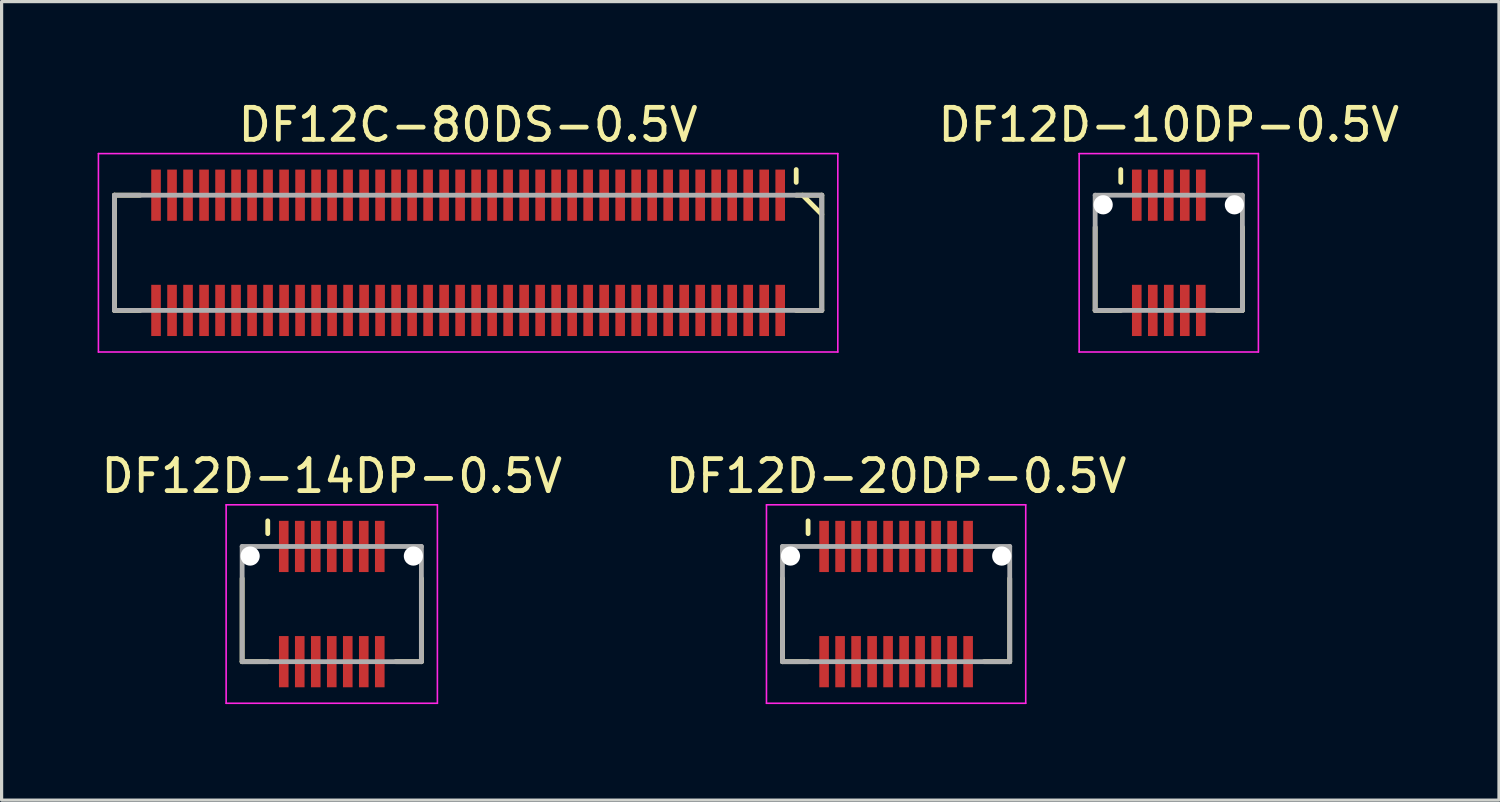
<source format=kicad_pcb>
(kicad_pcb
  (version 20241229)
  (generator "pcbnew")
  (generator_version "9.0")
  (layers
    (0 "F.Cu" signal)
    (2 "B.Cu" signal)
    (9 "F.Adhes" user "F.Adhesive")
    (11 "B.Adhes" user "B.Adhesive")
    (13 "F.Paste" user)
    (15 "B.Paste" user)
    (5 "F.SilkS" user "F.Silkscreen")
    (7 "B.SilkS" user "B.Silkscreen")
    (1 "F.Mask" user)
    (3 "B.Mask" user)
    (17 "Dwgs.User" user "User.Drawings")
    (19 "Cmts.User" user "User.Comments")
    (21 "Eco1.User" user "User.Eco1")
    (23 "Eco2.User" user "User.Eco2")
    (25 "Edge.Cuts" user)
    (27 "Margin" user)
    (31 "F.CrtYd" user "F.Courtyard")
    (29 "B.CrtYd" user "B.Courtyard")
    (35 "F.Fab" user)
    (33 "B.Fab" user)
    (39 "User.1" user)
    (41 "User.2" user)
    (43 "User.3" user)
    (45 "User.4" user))
  (footprint "DF12C-80DS-0.5V"
    (layer "F.Cu")
    (at 11.575 4.848)
    (property "Reference" "DF12C-80DS-0.5V" (at 0 -4 0) (layer "F.SilkS") (effects (font (size 1 1) (thickness 0.15))))
    (attr smd)
    (fp_line (start -11.05 -1.8) (end -11.05 1.8) (stroke (width 0.15) (type solid)) (layer "F.SilkS"))
    (fp_line (start -11.05 -1.8) (end -10.25 -1.8) (stroke (width 0.15) (type solid)) (layer "F.SilkS"))
    (fp_line (start -11.05 1.8) (end -10.25 1.8) (stroke (width 0.15) (type solid)) (layer "F.SilkS"))
    (fp_line (start 10.25 -2.6) (end 10.25 -2.2) (stroke (width 0.15) (type solid)) (layer "F.SilkS"))
    (fp_line (start 10.25 -1.8) (end 11.05 -1.8) (stroke (width 0.15) (type solid)) (layer "F.SilkS"))
    (fp_line (start 10.25 1.8) (end 11.05 1.8) (stroke (width 0.15) (type solid)) (layer "F.SilkS"))
    (fp_line (start 10.45 -1.8) (end 11.05 -1.2) (stroke (width 0.15) (type solid)) (layer "F.SilkS"))
    (fp_line (start 11.05 -1.8) (end 11.05 1.8) (stroke (width 0.15) (type solid)) (layer "F.SilkS"))
    (fp_line (start -11.55 -3.1) (end -11.55 3.1) (stroke (width 0.05) (type solid)) (layer "F.CrtYd"))
    (fp_line (start -11.55 -3.1) (end 11.55 -3.1) (stroke (width 0.05) (type solid)) (layer "F.CrtYd"))
    (fp_line (start -11.55 3.1) (end 11.55 3.1) (stroke (width 0.05) (type solid)) (layer "F.CrtYd"))
    (fp_line (start 11.55 -3.1) (end 11.55 3.1) (stroke (width 0.05) (type solid)) (layer "F.CrtYd"))
    (fp_line (start -11.05 -1.8) (end -11.05 1.8) (stroke (width 0.15) (type solid)) (layer "F.Fab"))
    (fp_line (start -11.05 -1.8) (end 11.05 -1.8) (stroke (width 0.15) (type solid)) (layer "F.Fab"))
    (fp_line (start -11.05 1.8) (end 11.05 1.8) (stroke (width 0.15) (type solid)) (layer "F.Fab"))
    (fp_line (start 11.05 -1.8) (end 11.05 1.8) (stroke (width 0.15) (type solid)) (layer "F.Fab"))
    (pad "1" smd rect (at 9.75 -1.8) (size 0.3 1.6) (layers "F.Cu" "F.Mask" "F.Paste"))
    (pad "2" smd rect (at 9.75 1.8) (size 0.3 1.6) (layers "F.Cu" "F.Mask" "F.Paste"))
    (pad "3" smd rect (at 9.25 -1.8) (size 0.3 1.6) (layers "F.Cu" "F.Mask" "F.Paste"))
    (pad "4" smd rect (at 9.25 1.8) (size 0.3 1.6) (layers "F.Cu" "F.Mask" "F.Paste"))
    (pad "5" smd rect (at 8.75 -1.8) (size 0.3 1.6) (layers "F.Cu" "F.Mask" "F.Paste"))
    (pad "6" smd rect (at 8.75 1.8) (size 0.3 1.6) (layers "F.Cu" "F.Mask" "F.Paste"))
    (pad "7" smd rect (at 8.25 -1.8) (size 0.3 1.6) (layers "F.Cu" "F.Mask" "F.Paste"))
    (pad "8" smd rect (at 8.25 1.8) (size 0.3 1.6) (layers "F.Cu" "F.Mask" "F.Paste"))
    (pad "9" smd rect (at 7.75 -1.8) (size 0.3 1.6) (layers "F.Cu" "F.Mask" "F.Paste"))
    (pad "10" smd rect (at 7.75 1.8) (size 0.3 1.6) (layers "F.Cu" "F.Mask" "F.Paste"))
    (pad "11" smd rect (at 7.25 -1.8) (size 0.3 1.6) (layers "F.Cu" "F.Mask" "F.Paste"))
    (pad "12" smd rect (at 7.25 1.8) (size 0.3 1.6) (layers "F.Cu" "F.Mask" "F.Paste"))
    (pad "13" smd rect (at 6.75 -1.8) (size 0.3 1.6) (layers "F.Cu" "F.Mask" "F.Paste"))
    (pad "14" smd rect (at 6.75 1.8) (size 0.3 1.6) (layers "F.Cu" "F.Mask" "F.Paste"))
    (pad "15" smd rect (at 6.25 -1.8) (size 0.3 1.6) (layers "F.Cu" "F.Mask" "F.Paste"))
    (pad "16" smd rect (at 6.25 1.8) (size 0.3 1.6) (layers "F.Cu" "F.Mask" "F.Paste"))
    (pad "17" smd rect (at 5.75 -1.8) (size 0.3 1.6) (layers "F.Cu" "F.Mask" "F.Paste"))
    (pad "18" smd rect (at 5.75 1.8) (size 0.3 1.6) (layers "F.Cu" "F.Mask" "F.Paste"))
    (pad "19" smd rect (at 5.25 -1.8) (size 0.3 1.6) (layers "F.Cu" "F.Mask" "F.Paste"))
    (pad "20" smd rect (at 5.25 1.8) (size 0.3 1.6) (layers "F.Cu" "F.Mask" "F.Paste"))
    (pad "21" smd rect (at 4.75 -1.8) (size 0.3 1.6) (layers "F.Cu" "F.Mask" "F.Paste"))
    (pad "22" smd rect (at 4.75 1.8) (size 0.3 1.6) (layers "F.Cu" "F.Mask" "F.Paste"))
    (pad "23" smd rect (at 4.25 -1.8) (size 0.3 1.6) (layers "F.Cu" "F.Mask" "F.Paste"))
    (pad "24" smd rect (at 4.25 1.8) (size 0.3 1.6) (layers "F.Cu" "F.Mask" "F.Paste"))
    (pad "25" smd rect (at 3.75 -1.8) (size 0.3 1.6) (layers "F.Cu" "F.Mask" "F.Paste"))
    (pad "26" smd rect (at 3.75 1.8) (size 0.3 1.6) (layers "F.Cu" "F.Mask" "F.Paste"))
    (pad "27" smd rect (at 3.25 -1.8) (size 0.3 1.6) (layers "F.Cu" "F.Mask" "F.Paste"))
    (pad "28" smd rect (at 3.25 1.8) (size 0.3 1.6) (layers "F.Cu" "F.Mask" "F.Paste"))
    (pad "29" smd rect (at 2.75 -1.8) (size 0.3 1.6) (layers "F.Cu" "F.Mask" "F.Paste"))
    (pad "30" smd rect (at 2.75 1.8) (size 0.3 1.6) (layers "F.Cu" "F.Mask" "F.Paste"))
    (pad "31" smd rect (at 2.25 -1.8) (size 0.3 1.6) (layers "F.Cu" "F.Mask" "F.Paste"))
    (pad "32" smd rect (at 2.25 1.8) (size 0.3 1.6) (layers "F.Cu" "F.Mask" "F.Paste"))
    (pad "33" smd rect (at 1.75 -1.8) (size 0.3 1.6) (layers "F.Cu" "F.Mask" "F.Paste"))
    (pad "34" smd rect (at 1.75 1.8) (size 0.3 1.6) (layers "F.Cu" "F.Mask" "F.Paste"))
    (pad "35" smd rect (at 1.25 -1.8) (size 0.3 1.6) (layers "F.Cu" "F.Mask" "F.Paste"))
    (pad "36" smd rect (at 1.25 1.8) (size 0.3 1.6) (layers "F.Cu" "F.Mask" "F.Paste"))
    (pad "37" smd rect (at 0.75 -1.8) (size 0.3 1.6) (layers "F.Cu" "F.Mask" "F.Paste"))
    (pad "38" smd rect (at 0.75 1.8) (size 0.3 1.6) (layers "F.Cu" "F.Mask" "F.Paste"))
    (pad "39" smd rect (at 0.25 -1.8) (size 0.3 1.6) (layers "F.Cu" "F.Mask" "F.Paste"))
    (pad "40" smd rect (at 0.25 1.8) (size 0.3 1.6) (layers "F.Cu" "F.Mask" "F.Paste"))
    (pad "41" smd rect (at -0.25 -1.8) (size 0.3 1.6) (layers "F.Cu" "F.Mask" "F.Paste"))
    (pad "42" smd rect (at -0.25 1.8) (size 0.3 1.6) (layers "F.Cu" "F.Mask" "F.Paste"))
    (pad "43" smd rect (at -0.75 -1.8) (size 0.3 1.6) (layers "F.Cu" "F.Mask" "F.Paste"))
    (pad "44" smd rect (at -0.75 1.8) (size 0.3 1.6) (layers "F.Cu" "F.Mask" "F.Paste"))
    (pad "45" smd rect (at -1.25 -1.8) (size 0.3 1.6) (layers "F.Cu" "F.Mask" "F.Paste"))
    (pad "46" smd rect (at -1.25 1.8) (size 0.3 1.6) (layers "F.Cu" "F.Mask" "F.Paste"))
    (pad "47" smd rect (at -1.75 -1.8) (size 0.3 1.6) (layers "F.Cu" "F.Mask" "F.Paste"))
    (pad "48" smd rect (at -1.75 1.8) (size 0.3 1.6) (layers "F.Cu" "F.Mask" "F.Paste"))
    (pad "49" smd rect (at -2.25 -1.8) (size 0.3 1.6) (layers "F.Cu" "F.Mask" "F.Paste"))
    (pad "50" smd rect (at -2.25 1.8) (size 0.3 1.6) (layers "F.Cu" "F.Mask" "F.Paste"))
    (pad "51" smd rect (at -2.75 -1.8) (size 0.3 1.6) (layers "F.Cu" "F.Mask" "F.Paste"))
    (pad "52" smd rect (at -2.75 1.8) (size 0.3 1.6) (layers "F.Cu" "F.Mask" "F.Paste"))
    (pad "53" smd rect (at -3.25 -1.8) (size 0.3 1.6) (layers "F.Cu" "F.Mask" "F.Paste"))
    (pad "54" smd rect (at -3.25 1.8) (size 0.3 1.6) (layers "F.Cu" "F.Mask" "F.Paste"))
    (pad "55" smd rect (at -3.75 -1.8) (size 0.3 1.6) (layers "F.Cu" "F.Mask" "F.Paste"))
    (pad "56" smd rect (at -3.75 1.8) (size 0.3 1.6) (layers "F.Cu" "F.Mask" "F.Paste"))
    (pad "57" smd rect (at -4.25 -1.8) (size 0.3 1.6) (layers "F.Cu" "F.Mask" "F.Paste"))
    (pad "58" smd rect (at -4.25 1.8) (size 0.3 1.6) (layers "F.Cu" "F.Mask" "F.Paste"))
    (pad "59" smd rect (at -4.75 -1.8) (size 0.3 1.6) (layers "F.Cu" "F.Mask" "F.Paste"))
    (pad "60" smd rect (at -4.75 1.8) (size 0.3 1.6) (layers "F.Cu" "F.Mask" "F.Paste"))
    (pad "61" smd rect (at -5.25 -1.8) (size 0.3 1.6) (layers "F.Cu" "F.Mask" "F.Paste"))
    (pad "62" smd rect (at -5.25 1.8) (size 0.3 1.6) (layers "F.Cu" "F.Mask" "F.Paste"))
    (pad "63" smd rect (at -5.75 -1.8) (size 0.3 1.6) (layers "F.Cu" "F.Mask" "F.Paste"))
    (pad "64" smd rect (at -5.75 1.8) (size 0.3 1.6) (layers "F.Cu" "F.Mask" "F.Paste"))
    (pad "65" smd rect (at -6.25 -1.8) (size 0.3 1.6) (layers "F.Cu" "F.Mask" "F.Paste"))
    (pad "66" smd rect (at -6.25 1.8) (size 0.3 1.6) (layers "F.Cu" "F.Mask" "F.Paste"))
    (pad "67" smd rect (at -6.75 -1.8) (size 0.3 1.6) (layers "F.Cu" "F.Mask" "F.Paste"))
    (pad "68" smd rect (at -6.75 1.8) (size 0.3 1.6) (layers "F.Cu" "F.Mask" "F.Paste"))
    (pad "69" smd rect (at -7.25 -1.8) (size 0.3 1.6) (layers "F.Cu" "F.Mask" "F.Paste"))
    (pad "70" smd rect (at -7.25 1.8) (size 0.3 1.6) (layers "F.Cu" "F.Mask" "F.Paste"))
    (pad "71" smd rect (at -7.75 -1.8) (size 0.3 1.6) (layers "F.Cu" "F.Mask" "F.Paste"))
    (pad "72" smd rect (at -7.75 1.8) (size 0.3 1.6) (layers "F.Cu" "F.Mask" "F.Paste"))
    (pad "73" smd rect (at -8.25 -1.8) (size 0.3 1.6) (layers "F.Cu" "F.Mask" "F.Paste"))
    (pad "74" smd rect (at -8.25 1.8) (size 0.3 1.6) (layers "F.Cu" "F.Mask" "F.Paste"))
    (pad "75" smd rect (at -8.75 -1.8) (size 0.3 1.6) (layers "F.Cu" "F.Mask" "F.Paste"))
    (pad "76" smd rect (at -8.75 1.8) (size 0.3 1.6) (layers "F.Cu" "F.Mask" "F.Paste"))
    (pad "77" smd rect (at -9.25 -1.8) (size 0.3 1.6) (layers "F.Cu" "F.Mask" "F.Paste"))
    (pad "78" smd rect (at -9.25 1.8) (size 0.3 1.6) (layers "F.Cu" "F.Mask" "F.Paste"))
    (pad "79" smd rect (at -9.75 -1.8) (size 0.3 1.6) (layers "F.Cu" "F.Mask" "F.Paste"))
    (pad "80" smd rect (at -9.75 1.8) (size 0.3 1.6) (layers "F.Cu" "F.Mask" "F.Paste")))
  (footprint "DF12D-14DP-0.5V"
    (layer "F.Cu")
    (at 7.315 15.822)
    (property "Reference" "DF12D-14DP-0.5V" (at 0 -4 0) (layer "F.SilkS") (effects (font (size 1 1) (thickness 0.15))))
    (attr smd)
    (fp_line (start -2.8 -0.8) (end -2.8 1.8) (stroke (width 0.15) (type solid)) (layer "F.SilkS"))
    (fp_line (start -2.8 1.8) (end -2 1.8) (stroke (width 0.15) (type solid)) (layer "F.SilkS"))
    (fp_line (start -2 -2.6) (end -2 -2.2) (stroke (width 0.15) (type solid)) (layer "F.SilkS"))
    (fp_line (start 2 1.8) (end 2.8 1.8) (stroke (width 0.15) (type solid)) (layer "F.SilkS"))
    (fp_line (start 2.8 -0.8) (end 2.8 1.8) (stroke (width 0.15) (type solid)) (layer "F.SilkS"))
    (fp_line (start -3.3 -3.1) (end -3.3 3.1) (stroke (width 0.05) (type solid)) (layer "F.CrtYd"))
    (fp_line (start -3.3 -3.1) (end 3.3 -3.1) (stroke (width 0.05) (type solid)) (layer "F.CrtYd"))
    (fp_line (start -3.3 3.1) (end 3.3 3.1) (stroke (width 0.05) (type solid)) (layer "F.CrtYd"))
    (fp_line (start 3.3 -3.1) (end 3.3 3.1) (stroke (width 0.05) (type solid)) (layer "F.CrtYd"))
    (fp_line (start -2.8 -1.8) (end -2.8 1.8) (stroke (width 0.15) (type solid)) (layer "F.Fab"))
    (fp_line (start -2.8 -1.8) (end 2.8 -1.8) (stroke (width 0.15) (type solid)) (layer "F.Fab"))
    (fp_line (start -2.8 1.8) (end 2.8 1.8) (stroke (width 0.15) (type solid)) (layer "F.Fab"))
    (fp_line (start 2.8 -1.8) (end 2.8 1.8) (stroke (width 0.15) (type solid)) (layer "F.Fab"))
    (pad "" np_thru_hole circle (at -2.55 -1.5) (size 0.6 0.6) (drill 0.6) (layers "*.Cu" "*.Mask"))
    (pad "" np_thru_hole circle (at 2.55 -1.5) (size 0.6 0.6) (drill 0.6) (layers "*.Cu" "*.Mask"))
    (pad "1" smd rect (at -1.5 -1.8) (size 0.3 1.6) (layers "F.Cu" "F.Mask" "F.Paste"))
    (pad "2" smd rect (at -1.5 1.8) (size 0.3 1.6) (layers "F.Cu" "F.Mask" "F.Paste"))
    (pad "3" smd rect (at -1 -1.8) (size 0.3 1.6) (layers "F.Cu" "F.Mask" "F.Paste"))
    (pad "4" smd rect (at -1 1.8) (size 0.3 1.6) (layers "F.Cu" "F.Mask" "F.Paste"))
    (pad "5" smd rect (at -0.5 -1.8) (size 0.3 1.6) (layers "F.Cu" "F.Mask" "F.Paste"))
    (pad "6" smd rect (at -0.5 1.8) (size 0.3 1.6) (layers "F.Cu" "F.Mask" "F.Paste"))
    (pad "7" smd rect (at 0 -1.8) (size 0.3 1.6) (layers "F.Cu" "F.Mask" "F.Paste"))
    (pad "8" smd rect (at 0 1.8) (size 0.3 1.6) (layers "F.Cu" "F.Mask" "F.Paste"))
    (pad "9" smd rect (at 0.5 -1.8) (size 0.3 1.6) (layers "F.Cu" "F.Mask" "F.Paste"))
    (pad "10" smd rect (at 0.5 1.8) (size 0.3 1.6) (layers "F.Cu" "F.Mask" "F.Paste"))
    (pad "11" smd rect (at 1 -1.8) (size 0.3 1.6) (layers "F.Cu" "F.Mask" "F.Paste"))
    (pad "12" smd rect (at 1 1.8) (size 0.3 1.6) (layers "F.Cu" "F.Mask" "F.Paste"))
    (pad "13" smd rect (at 1.5 -1.8) (size 0.3 1.6) (layers "F.Cu" "F.Mask" "F.Paste"))
    (pad "14" smd rect (at 1.5 1.8) (size 0.3 1.6) (layers "F.Cu" "F.Mask" "F.Paste")))
  (footprint "DF12D-10DP-0.5V"
    (layer "F.Cu")
    (at 33.465 4.848)
    (property "Reference" "DF12D-10DP-0.5V" (at 0 -4 0) (layer "F.SilkS") (effects (font (size 1 1) (thickness 0.15))))
    (attr smd)
    (fp_line (start -2.3 -0.8) (end -2.3 1.8) (stroke (width 0.15) (type solid)) (layer "F.SilkS"))
    (fp_line (start -2.3 1.8) (end -1.5 1.8) (stroke (width 0.15) (type solid)) (layer "F.SilkS"))
    (fp_line (start -1.5 -2.6) (end -1.5 -2.2) (stroke (width 0.15) (type solid)) (layer "F.SilkS"))
    (fp_line (start 1.5 1.8) (end 2.3 1.8) (stroke (width 0.15) (type solid)) (layer "F.SilkS"))
    (fp_line (start 2.3 -0.8) (end 2.3 1.8) (stroke (width 0.15) (type solid)) (layer "F.SilkS"))
    (fp_line (start -2.8 -3.1) (end -2.8 3.1) (stroke (width 0.05) (type solid)) (layer "F.CrtYd"))
    (fp_line (start -2.8 -3.1) (end 2.8 -3.1) (stroke (width 0.05) (type solid)) (layer "F.CrtYd"))
    (fp_line (start -2.8 3.1) (end 2.8 3.1) (stroke (width 0.05) (type solid)) (layer "F.CrtYd"))
    (fp_line (start 2.8 -3.1) (end 2.8 3.1) (stroke (width 0.05) (type solid)) (layer "F.CrtYd"))
    (fp_line (start -2.3 -1.8) (end -2.3 1.8) (stroke (width 0.15) (type solid)) (layer "F.Fab"))
    (fp_line (start -2.3 -1.8) (end 2.3 -1.8) (stroke (width 0.15) (type solid)) (layer "F.Fab"))
    (fp_line (start -2.3 1.8) (end 2.3 1.8) (stroke (width 0.15) (type solid)) (layer "F.Fab"))
    (fp_line (start 2.3 -1.8) (end 2.3 1.8) (stroke (width 0.15) (type solid)) (layer "F.Fab"))
    (pad "" np_thru_hole circle (at -2.05 -1.5) (size 0.6 0.6) (drill 0.6) (layers "*.Cu" "*.Mask"))
    (pad "" np_thru_hole circle (at 2.05 -1.5) (size 0.6 0.6) (drill 0.6) (layers "*.Cu" "*.Mask"))
    (pad "1" smd rect (at -1 -1.8) (size 0.3 1.6) (layers "F.Cu" "F.Mask" "F.Paste"))
    (pad "2" smd rect (at -1 1.8) (size 0.3 1.6) (layers "F.Cu" "F.Mask" "F.Paste"))
    (pad "3" smd rect (at -0.5 -1.8) (size 0.3 1.6) (layers "F.Cu" "F.Mask" "F.Paste"))
    (pad "4" smd rect (at -0.5 1.8) (size 0.3 1.6) (layers "F.Cu" "F.Mask" "F.Paste"))
    (pad "5" smd rect (at 0 -1.8) (size 0.3 1.6) (layers "F.Cu" "F.Mask" "F.Paste"))
    (pad "6" smd rect (at 0 1.8) (size 0.3 1.6) (layers "F.Cu" "F.Mask" "F.Paste"))
    (pad "7" smd rect (at 0.5 -1.8) (size 0.3 1.6) (layers "F.Cu" "F.Mask" "F.Paste"))
    (pad "8" smd rect (at 0.5 1.8) (size 0.3 1.6) (layers "F.Cu" "F.Mask" "F.Paste"))
    (pad "9" smd rect (at 1 -1.8) (size 0.3 1.6) (layers "F.Cu" "F.Mask" "F.Paste"))
    (pad "10" smd rect (at 1 1.8) (size 0.3 1.6) (layers "F.Cu" "F.Mask" "F.Paste")))
  (footprint "DF12D-20DP-0.5V"
    (layer "F.Cu")
    (at 24.946 15.822)
    (property "Reference" "DF12D-20DP-0.5V" (at 0 -4 0) (layer "F.SilkS") (effects (font (size 1 1) (thickness 0.15))))
    (attr smd)
    (fp_line (start -3.55 -0.8) (end -3.55 1.8) (stroke (width 0.15) (type solid)) (layer "F.SilkS"))
    (fp_line (start -3.55 1.8) (end -2.75 1.8) (stroke (width 0.15) (type solid)) (layer "F.SilkS"))
    (fp_line (start -2.75 -2.6) (end -2.75 -2.2) (stroke (width 0.15) (type solid)) (layer "F.SilkS"))
    (fp_line (start 2.75 1.8) (end 3.55 1.8) (stroke (width 0.15) (type solid)) (layer "F.SilkS"))
    (fp_line (start 3.55 -0.8) (end 3.55 1.8) (stroke (width 0.15) (type solid)) (layer "F.SilkS"))
    (fp_line (start -4.05 -3.1) (end -4.05 3.1) (stroke (width 0.05) (type solid)) (layer "F.CrtYd"))
    (fp_line (start -4.05 -3.1) (end 4.05 -3.1) (stroke (width 0.05) (type solid)) (layer "F.CrtYd"))
    (fp_line (start -4.05 3.1) (end 4.05 3.1) (stroke (width 0.05) (type solid)) (layer "F.CrtYd"))
    (fp_line (start 4.05 -3.1) (end 4.05 3.1) (stroke (width 0.05) (type solid)) (layer "F.CrtYd"))
    (fp_line (start -3.55 -1.8) (end -3.55 1.8) (stroke (width 0.15) (type solid)) (layer "F.Fab"))
    (fp_line (start -3.55 -1.8) (end 3.55 -1.8) (stroke (width 0.15) (type solid)) (layer "F.Fab"))
    (fp_line (start -3.55 1.8) (end 3.55 1.8) (stroke (width 0.15) (type solid)) (layer "F.Fab"))
    (fp_line (start 3.55 -1.8) (end 3.55 1.8) (stroke (width 0.15) (type solid)) (layer "F.Fab"))
    (pad "" np_thru_hole circle (at -3.3 -1.5) (size 0.6 0.6) (drill 0.6) (layers "*.Cu" "*.Mask"))
    (pad "" np_thru_hole circle (at 3.3 -1.5) (size 0.6 0.6) (drill 0.6) (layers "*.Cu" "*.Mask"))
    (pad "1" smd rect (at -2.25 -1.8) (size 0.3 1.6) (layers "F.Cu" "F.Mask" "F.Paste"))
    (pad "2" smd rect (at -2.25 1.8) (size 0.3 1.6) (layers "F.Cu" "F.Mask" "F.Paste"))
    (pad "3" smd rect (at -1.75 -1.8) (size 0.3 1.6) (layers "F.Cu" "F.Mask" "F.Paste"))
    (pad "4" smd rect (at -1.75 1.8) (size 0.3 1.6) (layers "F.Cu" "F.Mask" "F.Paste"))
    (pad "5" smd rect (at -1.25 -1.8) (size 0.3 1.6) (layers "F.Cu" "F.Mask" "F.Paste"))
    (pad "6" smd rect (at -1.25 1.8) (size 0.3 1.6) (layers "F.Cu" "F.Mask" "F.Paste"))
    (pad "7" smd rect (at -0.75 -1.8) (size 0.3 1.6) (layers "F.Cu" "F.Mask" "F.Paste"))
    (pad "8" smd rect (at -0.75 1.8) (size 0.3 1.6) (layers "F.Cu" "F.Mask" "F.Paste"))
    (pad "9" smd rect (at -0.25 -1.8) (size 0.3 1.6) (layers "F.Cu" "F.Mask" "F.Paste"))
    (pad "10" smd rect (at -0.25 1.8) (size 0.3 1.6) (layers "F.Cu" "F.Mask" "F.Paste"))
    (pad "11" smd rect (at 0.25 -1.8) (size 0.3 1.6) (layers "F.Cu" "F.Mask" "F.Paste"))
    (pad "12" smd rect (at 0.25 1.8) (size 0.3 1.6) (layers "F.Cu" "F.Mask" "F.Paste"))
    (pad "13" smd rect (at 0.75 -1.8) (size 0.3 1.6) (layers "F.Cu" "F.Mask" "F.Paste"))
    (pad "14" smd rect (at 0.75 1.8) (size 0.3 1.6) (layers "F.Cu" "F.Mask" "F.Paste"))
    (pad "15" smd rect (at 1.25 -1.8) (size 0.3 1.6) (layers "F.Cu" "F.Mask" "F.Paste"))
    (pad "16" smd rect (at 1.25 1.8) (size 0.3 1.6) (layers "F.Cu" "F.Mask" "F.Paste"))
    (pad "17" smd rect (at 1.75 -1.8) (size 0.3 1.6) (layers "F.Cu" "F.Mask" "F.Paste"))
    (pad "18" smd rect (at 1.75 1.8) (size 0.3 1.6) (layers "F.Cu" "F.Mask" "F.Paste"))
    (pad "19" smd rect (at 2.25 -1.8) (size 0.3 1.6) (layers "F.Cu" "F.Mask" "F.Paste"))
    (pad "20" smd rect (at 2.25 1.8) (size 0.3 1.6) (layers "F.Cu" "F.Mask" "F.Paste")))
  (gr_rect
    (start -3 -3)
    (end 43.781 21.947)
    (stroke (width 0.1) (type default))
    (fill no)
    (layer "Edge.Cuts")))
</source>
